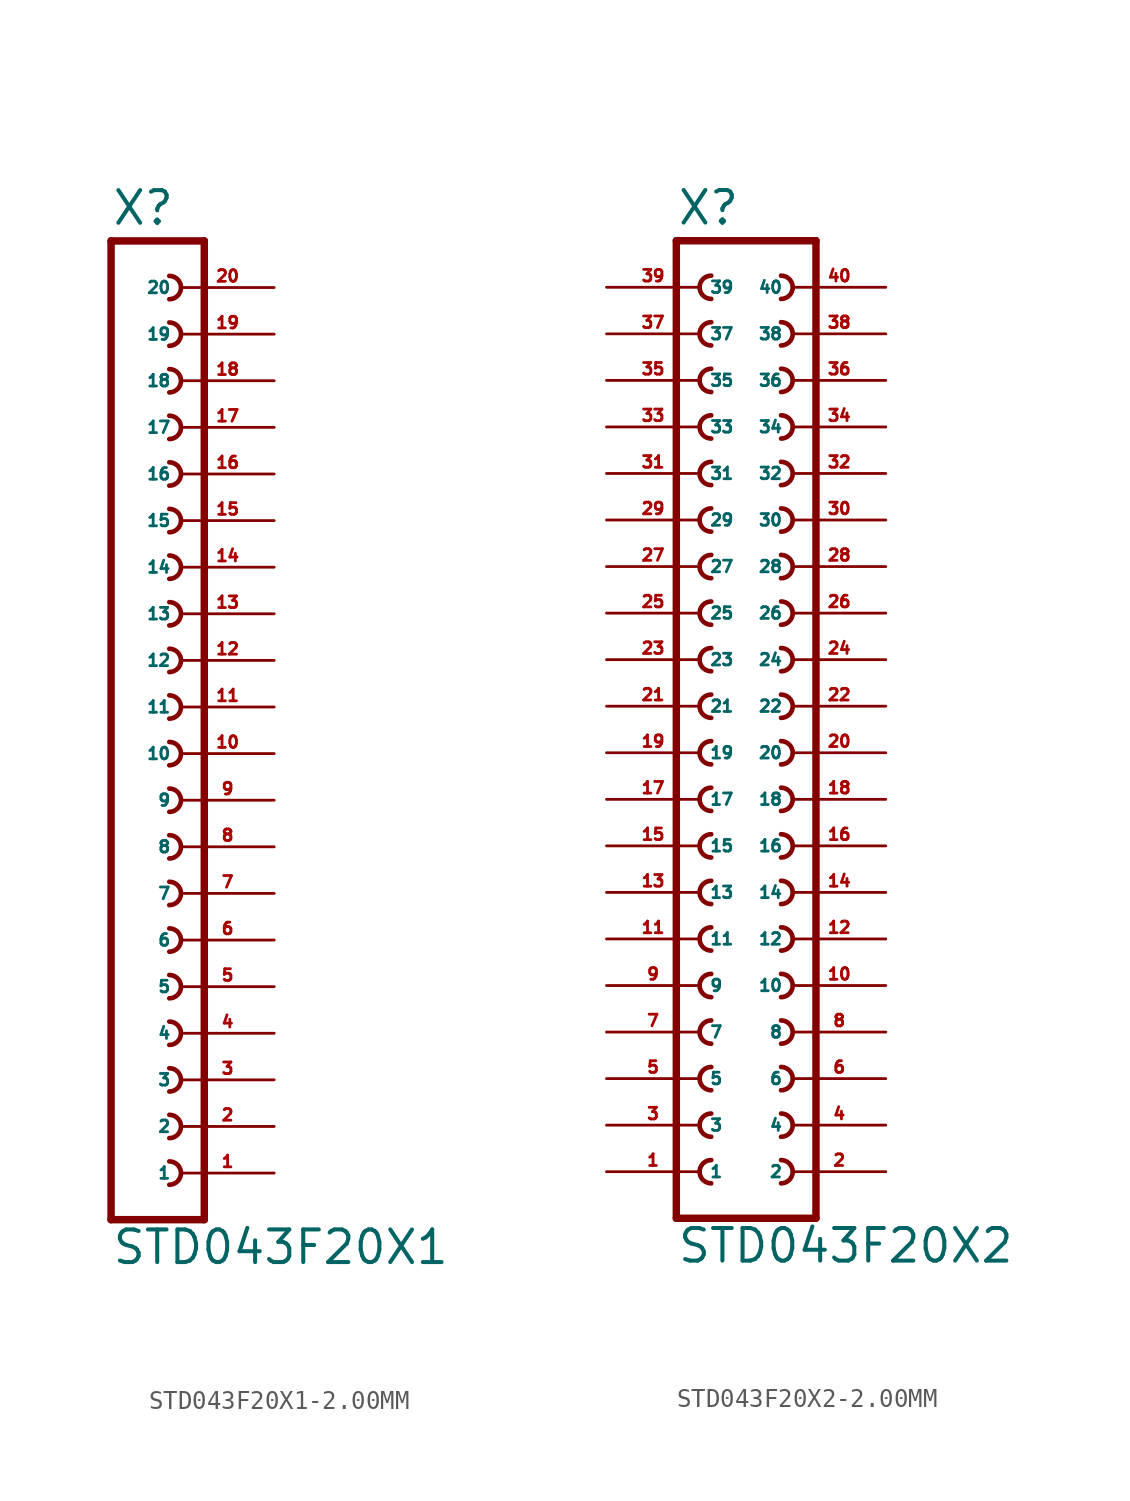
<source format=kicad_sym>
(kicad_symbol_lib
  (version 20220914)
  (generator Eagle2Kicad)
  (symbol "STD043F20X1-2.00MM"
    (property "Reference" "X"
      (at -1.27 26.162 0)
      (effects (font (size 1.778 1.778) (thickness 0.22)) (justify left bottom)))
    (property "Value" "STD043F20X1"
      (at -1.27 -30.48 0)
      (effects (font (size 1.778 1.778) (thickness 0.22)) (justify left bottom)))
    (polyline
      (pts (xy 3.81 -27.94) (xy -1.27 -27.94))
      (stroke (width 0.406) (type default))
      (fill (type none)))
    (arc
      (start 1.905 -20.955)
      (mid 2.540 -20.320)
      (end 1.905 -19.685)
      (stroke (width 0.254) (type default))
      (fill (type none)))
    (arc
      (start 1.905 -23.495)
      (mid 2.540 -22.860)
      (end 1.905 -22.225)
      (stroke (width 0.254) (type default))
      (fill (type none)))
    (arc
      (start 1.905 -26.035)
      (mid 2.540 -25.400)
      (end 1.905 -24.765)
      (stroke (width 0.254) (type default))
      (fill (type none)))
    (arc
      (start 1.905 -15.875)
      (mid 2.540 -15.240)
      (end 1.905 -14.605)
      (stroke (width 0.254) (type default))
      (fill (type none)))
    (arc
      (start 1.905 -18.415)
      (mid 2.540 -17.780)
      (end 1.905 -17.145)
      (stroke (width 0.254) (type default))
      (fill (type none)))
    (arc
      (start 1.905 -8.255)
      (mid 2.540 -7.620)
      (end 1.905 -6.985)
      (stroke (width 0.254) (type default))
      (fill (type none)))
    (arc
      (start 1.905 -10.795)
      (mid 2.540 -10.160)
      (end 1.905 -9.525)
      (stroke (width 0.254) (type default))
      (fill (type none)))
    (arc
      (start 1.905 -13.335)
      (mid 2.540 -12.700)
      (end 1.905 -12.065)
      (stroke (width 0.254) (type default))
      (fill (type none)))
    (arc
      (start 1.905 -3.175)
      (mid 2.540 -2.540)
      (end 1.905 -1.905)
      (stroke (width 0.254) (type default))
      (fill (type none)))
    (arc
      (start 1.905 -5.715)
      (mid 2.540 -5.080)
      (end 1.905 -4.445)
      (stroke (width 0.254) (type default))
      (fill (type none)))
    (arc
      (start 1.905 4.445)
      (mid 2.540 5.080)
      (end 1.905 5.715)
      (stroke (width 0.254) (type default))
      (fill (type none)))
    (arc
      (start 1.905 1.905)
      (mid 2.540 2.540)
      (end 1.905 3.175)
      (stroke (width 0.254) (type default))
      (fill (type none)))
    (arc
      (start 1.905 -0.635)
      (mid 2.540 0.000)
      (end 1.905 0.635)
      (stroke (width 0.254) (type default))
      (fill (type none)))
    (arc
      (start 1.905 9.525)
      (mid 2.540 10.160)
      (end 1.905 10.795)
      (stroke (width 0.254) (type default))
      (fill (type none)))
    (arc
      (start 1.905 6.985)
      (mid 2.540 7.620)
      (end 1.905 8.255)
      (stroke (width 0.254) (type default))
      (fill (type none)))
    (arc
      (start 1.905 17.145)
      (mid 2.540 17.780)
      (end 1.905 18.415)
      (stroke (width 0.254) (type default))
      (fill (type none)))
    (arc
      (start 1.905 14.605)
      (mid 2.540 15.240)
      (end 1.905 15.875)
      (stroke (width 0.254) (type default))
      (fill (type none)))
    (arc
      (start 1.905 12.065)
      (mid 2.540 12.700)
      (end 1.905 13.335)
      (stroke (width 0.254) (type default))
      (fill (type none)))
    (polyline
      (pts (xy -1.27 25.4) (xy -1.27 -27.94))
      (stroke (width 0.406) (type default))
      (fill (type none)))
    (polyline
      (pts (xy 3.81 -27.94) (xy 3.81 25.4))
      (stroke (width 0.406) (type default))
      (fill (type none)))
    (polyline
      (pts (xy -1.27 25.4) (xy 3.81 25.4))
      (stroke (width 0.406) (type default))
      (fill (type none)))
    (arc
      (start 1.905 22.225)
      (mid 2.540 22.860)
      (end 1.905 23.495)
      (stroke (width 0.254) (type default))
      (fill (type none)))
    (arc
      (start 1.905 19.685)
      (mid 2.540 20.320)
      (end 1.905 20.955)
      (stroke (width 0.254) (type default))
      (fill (type none)))
    (pin passive line
      (at 7.62 -25.4 180)
      (length 5.08)
      (name "1" (effects (font (size 0.635 0.635) (thickness 0.08)) (justify left bottom)))
      (number "1" (effects (font (size 0.635 0.635) (thickness 0.08)) (justify left bottom))))
    (pin passive line
      (at 7.62 -22.86 180)
      (length 5.08)
      (name "2" (effects (font (size 0.635 0.635) (thickness 0.08)) (justify left bottom)))
      (number "2" (effects (font (size 0.635 0.635) (thickness 0.08)) (justify left bottom))))
    (pin passive line
      (at 7.62 -20.32 180)
      (length 5.08)
      (name "3" (effects (font (size 0.635 0.635) (thickness 0.08)) (justify left bottom)))
      (number "3" (effects (font (size 0.635 0.635) (thickness 0.08)) (justify left bottom))))
    (pin passive line
      (at 7.62 -17.78 180)
      (length 5.08)
      (name "4" (effects (font (size 0.635 0.635) (thickness 0.08)) (justify left bottom)))
      (number "4" (effects (font (size 0.635 0.635) (thickness 0.08)) (justify left bottom))))
    (pin passive line
      (at 7.62 -15.24 180)
      (length 5.08)
      (name "5" (effects (font (size 0.635 0.635) (thickness 0.08)) (justify left bottom)))
      (number "5" (effects (font (size 0.635 0.635) (thickness 0.08)) (justify left bottom))))
    (pin passive line
      (at 7.62 -12.7 180)
      (length 5.08)
      (name "6" (effects (font (size 0.635 0.635) (thickness 0.08)) (justify left bottom)))
      (number "6" (effects (font (size 0.635 0.635) (thickness 0.08)) (justify left bottom))))
    (pin passive line
      (at 7.62 -10.16 180)
      (length 5.08)
      (name "7" (effects (font (size 0.635 0.635) (thickness 0.08)) (justify left bottom)))
      (number "7" (effects (font (size 0.635 0.635) (thickness 0.08)) (justify left bottom))))
    (pin passive line
      (at 7.62 -7.62 180)
      (length 5.08)
      (name "8" (effects (font (size 0.635 0.635) (thickness 0.08)) (justify left bottom)))
      (number "8" (effects (font (size 0.635 0.635) (thickness 0.08)) (justify left bottom))))
    (pin passive line
      (at 7.62 -5.08 180)
      (length 5.08)
      (name "9" (effects (font (size 0.635 0.635) (thickness 0.08)) (justify left bottom)))
      (number "9" (effects (font (size 0.635 0.635) (thickness 0.08)) (justify left bottom))))
    (pin passive line
      (at 7.62 -2.54 180)
      (length 5.08)
      (name "10" (effects (font (size 0.635 0.635) (thickness 0.08)) (justify left bottom)))
      (number "10" (effects (font (size 0.635 0.635) (thickness 0.08)) (justify left bottom))))
    (pin passive line
      (at 7.62 0 180)
      (length 5.08)
      (name "11" (effects (font (size 0.635 0.635) (thickness 0.08)) (justify left bottom)))
      (number "11" (effects (font (size 0.635 0.635) (thickness 0.08)) (justify left bottom))))
    (pin passive line
      (at 7.62 2.54 180)
      (length 5.08)
      (name "12" (effects (font (size 0.635 0.635) (thickness 0.08)) (justify left bottom)))
      (number "12" (effects (font (size 0.635 0.635) (thickness 0.08)) (justify left bottom))))
    (pin passive line
      (at 7.62 5.08 180)
      (length 5.08)
      (name "13" (effects (font (size 0.635 0.635) (thickness 0.08)) (justify left bottom)))
      (number "13" (effects (font (size 0.635 0.635) (thickness 0.08)) (justify left bottom))))
    (pin passive line
      (at 7.62 7.62 180)
      (length 5.08)
      (name "14" (effects (font (size 0.635 0.635) (thickness 0.08)) (justify left bottom)))
      (number "14" (effects (font (size 0.635 0.635) (thickness 0.08)) (justify left bottom))))
    (pin passive line
      (at 7.62 10.16 180)
      (length 5.08)
      (name "15" (effects (font (size 0.635 0.635) (thickness 0.08)) (justify left bottom)))
      (number "15" (effects (font (size 0.635 0.635) (thickness 0.08)) (justify left bottom))))
    (pin passive line
      (at 7.62 12.7 180)
      (length 5.08)
      (name "16" (effects (font (size 0.635 0.635) (thickness 0.08)) (justify left bottom)))
      (number "16" (effects (font (size 0.635 0.635) (thickness 0.08)) (justify left bottom))))
    (pin passive line
      (at 7.62 15.24 180)
      (length 5.08)
      (name "17" (effects (font (size 0.635 0.635) (thickness 0.08)) (justify left bottom)))
      (number "17" (effects (font (size 0.635 0.635) (thickness 0.08)) (justify left bottom))))
    (pin passive line
      (at 7.62 17.78 180)
      (length 5.08)
      (name "18" (effects (font (size 0.635 0.635) (thickness 0.08)) (justify left bottom)))
      (number "18" (effects (font (size 0.635 0.635) (thickness 0.08)) (justify left bottom))))
    (pin passive line
      (at 7.62 20.32 180)
      (length 5.08)
      (name "19" (effects (font (size 0.635 0.635) (thickness 0.08)) (justify left bottom)))
      (number "19" (effects (font (size 0.635 0.635) (thickness 0.08)) (justify left bottom))))
    (pin passive line
      (at 7.62 22.86 180)
      (length 5.08)
      (name "20" (effects (font (size 0.635 0.635) (thickness 0.08)) (justify left bottom)))
      (number "20" (effects (font (size 0.635 0.635) (thickness 0.08)) (justify left bottom)))))
  (symbol "STD043F20X2-2.00MM"
    (property "Reference" "X"
      (at -3.81 26.162 0)
      (effects (font (size 1.778 1.778) (thickness 0.22)) (justify left bottom)))
    (property "Value" "STD043F20X2"
      (at -3.81 -30.48 0)
      (effects (font (size 1.778 1.778) (thickness 0.22)) (justify left bottom)))
    (polyline
      (pts (xy 3.81 -27.94) (xy -3.81 -27.94))
      (stroke (width 0.406) (type default))
      (fill (type none)))
    (arc
      (start -1.905 -19.685)
      (mid -2.540 -20.320)
      (end -1.905 -20.955)
      (stroke (width 0.254) (type default))
      (fill (type none)))
    (arc
      (start -1.905 -22.225)
      (mid -2.540 -22.860)
      (end -1.905 -23.495)
      (stroke (width 0.254) (type default))
      (fill (type none)))
    (arc
      (start -1.905 -24.765)
      (mid -2.540 -25.400)
      (end -1.905 -26.035)
      (stroke (width 0.254) (type default))
      (fill (type none)))
    (arc
      (start 1.905 -20.955)
      (mid 2.540 -20.320)
      (end 1.905 -19.685)
      (stroke (width 0.254) (type default))
      (fill (type none)))
    (arc
      (start 1.905 -23.495)
      (mid 2.540 -22.860)
      (end 1.905 -22.225)
      (stroke (width 0.254) (type default))
      (fill (type none)))
    (arc
      (start 1.905 -26.035)
      (mid 2.540 -25.400)
      (end 1.905 -24.765)
      (stroke (width 0.254) (type default))
      (fill (type none)))
    (arc
      (start -1.905 -14.605)
      (mid -2.540 -15.240)
      (end -1.905 -15.875)
      (stroke (width 0.254) (type default))
      (fill (type none)))
    (arc
      (start -1.905 -17.145)
      (mid -2.540 -17.780)
      (end -1.905 -18.415)
      (stroke (width 0.254) (type default))
      (fill (type none)))
    (arc
      (start 1.905 -15.875)
      (mid 2.540 -15.240)
      (end 1.905 -14.605)
      (stroke (width 0.254) (type default))
      (fill (type none)))
    (arc
      (start 1.905 -18.415)
      (mid 2.540 -17.780)
      (end 1.905 -17.145)
      (stroke (width 0.254) (type default))
      (fill (type none)))
    (arc
      (start -1.905 -6.985)
      (mid -2.540 -7.620)
      (end -1.905 -8.255)
      (stroke (width 0.254) (type default))
      (fill (type none)))
    (arc
      (start -1.905 -9.525)
      (mid -2.540 -10.160)
      (end -1.905 -10.795)
      (stroke (width 0.254) (type default))
      (fill (type none)))
    (arc
      (start -1.905 -12.065)
      (mid -2.540 -12.700)
      (end -1.905 -13.335)
      (stroke (width 0.254) (type default))
      (fill (type none)))
    (arc
      (start 1.905 -8.255)
      (mid 2.540 -7.620)
      (end 1.905 -6.985)
      (stroke (width 0.254) (type default))
      (fill (type none)))
    (arc
      (start 1.905 -10.795)
      (mid 2.540 -10.160)
      (end 1.905 -9.525)
      (stroke (width 0.254) (type default))
      (fill (type none)))
    (arc
      (start 1.905 -13.335)
      (mid 2.540 -12.700)
      (end 1.905 -12.065)
      (stroke (width 0.254) (type default))
      (fill (type none)))
    (arc
      (start -1.905 -1.905)
      (mid -2.540 -2.540)
      (end -1.905 -3.175)
      (stroke (width 0.254) (type default))
      (fill (type none)))
    (arc
      (start -1.905 -4.445)
      (mid -2.540 -5.080)
      (end -1.905 -5.715)
      (stroke (width 0.254) (type default))
      (fill (type none)))
    (arc
      (start 1.905 -3.175)
      (mid 2.540 -2.540)
      (end 1.905 -1.905)
      (stroke (width 0.254) (type default))
      (fill (type none)))
    (arc
      (start 1.905 -5.715)
      (mid 2.540 -5.080)
      (end 1.905 -4.445)
      (stroke (width 0.254) (type default))
      (fill (type none)))
    (arc
      (start -1.905 5.715)
      (mid -2.540 5.080)
      (end -1.905 4.445)
      (stroke (width 0.254) (type default))
      (fill (type none)))
    (arc
      (start -1.905 3.175)
      (mid -2.540 2.540)
      (end -1.905 1.905)
      (stroke (width 0.254) (type default))
      (fill (type none)))
    (arc
      (start -1.905 0.635)
      (mid -2.540 0.000)
      (end -1.905 -0.635)
      (stroke (width 0.254) (type default))
      (fill (type none)))
    (arc
      (start 1.905 4.445)
      (mid 2.540 5.080)
      (end 1.905 5.715)
      (stroke (width 0.254) (type default))
      (fill (type none)))
    (arc
      (start 1.905 1.905)
      (mid 2.540 2.540)
      (end 1.905 3.175)
      (stroke (width 0.254) (type default))
      (fill (type none)))
    (arc
      (start 1.905 -0.635)
      (mid 2.540 0.000)
      (end 1.905 0.635)
      (stroke (width 0.254) (type default))
      (fill (type none)))
    (arc
      (start -1.905 10.795)
      (mid -2.540 10.160)
      (end -1.905 9.525)
      (stroke (width 0.254) (type default))
      (fill (type none)))
    (arc
      (start -1.905 8.255)
      (mid -2.540 7.620)
      (end -1.905 6.985)
      (stroke (width 0.254) (type default))
      (fill (type none)))
    (arc
      (start 1.905 9.525)
      (mid 2.540 10.160)
      (end 1.905 10.795)
      (stroke (width 0.254) (type default))
      (fill (type none)))
    (arc
      (start 1.905 6.985)
      (mid 2.540 7.620)
      (end 1.905 8.255)
      (stroke (width 0.254) (type default))
      (fill (type none)))
    (arc
      (start -1.905 15.875)
      (mid -2.540 15.240)
      (end -1.905 14.605)
      (stroke (width 0.254) (type default))
      (fill (type none)))
    (arc
      (start -1.905 13.335)
      (mid -2.540 12.700)
      (end -1.905 12.065)
      (stroke (width 0.254) (type default))
      (fill (type none)))
    (arc
      (start 1.905 14.605)
      (mid 2.540 15.240)
      (end 1.905 15.875)
      (stroke (width 0.254) (type default))
      (fill (type none)))
    (arc
      (start 1.905 12.065)
      (mid 2.540 12.700)
      (end 1.905 13.335)
      (stroke (width 0.254) (type default))
      (fill (type none)))
    (arc
      (start -1.905 23.495)
      (mid -2.540 22.860)
      (end -1.905 22.225)
      (stroke (width 0.254) (type default))
      (fill (type none)))
    (arc
      (start -1.905 20.955)
      (mid -2.540 20.320)
      (end -1.905 19.685)
      (stroke (width 0.254) (type default))
      (fill (type none)))
    (arc
      (start -1.905 18.415)
      (mid -2.540 17.780)
      (end -1.905 17.145)
      (stroke (width 0.254) (type default))
      (fill (type none)))
    (arc
      (start 1.905 22.225)
      (mid 2.540 22.860)
      (end 1.905 23.495)
      (stroke (width 0.254) (type default))
      (fill (type none)))
    (arc
      (start 1.905 19.685)
      (mid 2.540 20.320)
      (end 1.905 20.955)
      (stroke (width 0.254) (type default))
      (fill (type none)))
    (arc
      (start 1.905 17.145)
      (mid 2.540 17.780)
      (end 1.905 18.415)
      (stroke (width 0.254) (type default))
      (fill (type none)))
    (polyline
      (pts (xy -3.81 25.4) (xy -3.81 -27.94))
      (stroke (width 0.406) (type default))
      (fill (type none)))
    (polyline
      (pts (xy 3.81 -27.94) (xy 3.81 25.4))
      (stroke (width 0.406) (type default))
      (fill (type none)))
    (polyline
      (pts (xy -3.81 25.4) (xy 3.81 25.4))
      (stroke (width 0.406) (type default))
      (fill (type none)))
    (pin passive line
      (at -7.62 -25.4 0)
      (length 5.08)
      (name "1" (effects (font (size 0.635 0.635) (thickness 0.08)) (justify left bottom)))
      (number "1" (effects (font (size 0.635 0.635) (thickness 0.08)) (justify left bottom))))
    (pin passive line
      (at -7.62 -22.86 0)
      (length 5.08)
      (name "3" (effects (font (size 0.635 0.635) (thickness 0.08)) (justify left bottom)))
      (number "3" (effects (font (size 0.635 0.635) (thickness 0.08)) (justify left bottom))))
    (pin passive line
      (at -7.62 -20.32 0)
      (length 5.08)
      (name "5" (effects (font (size 0.635 0.635) (thickness 0.08)) (justify left bottom)))
      (number "5" (effects (font (size 0.635 0.635) (thickness 0.08)) (justify left bottom))))
    (pin passive line
      (at 7.62 -25.4 180)
      (length 5.08)
      (name "2" (effects (font (size 0.635 0.635) (thickness 0.08)) (justify left bottom)))
      (number "2" (effects (font (size 0.635 0.635) (thickness 0.08)) (justify left bottom))))
    (pin passive line
      (at 7.62 -22.86 180)
      (length 5.08)
      (name "4" (effects (font (size 0.635 0.635) (thickness 0.08)) (justify left bottom)))
      (number "4" (effects (font (size 0.635 0.635) (thickness 0.08)) (justify left bottom))))
    (pin passive line
      (at 7.62 -20.32 180)
      (length 5.08)
      (name "6" (effects (font (size 0.635 0.635) (thickness 0.08)) (justify left bottom)))
      (number "6" (effects (font (size 0.635 0.635) (thickness 0.08)) (justify left bottom))))
    (pin passive line
      (at -7.62 -17.78 0)
      (length 5.08)
      (name "7" (effects (font (size 0.635 0.635) (thickness 0.08)) (justify left bottom)))
      (number "7" (effects (font (size 0.635 0.635) (thickness 0.08)) (justify left bottom))))
    (pin passive line
      (at -7.62 -15.24 0)
      (length 5.08)
      (name "9" (effects (font (size 0.635 0.635) (thickness 0.08)) (justify left bottom)))
      (number "9" (effects (font (size 0.635 0.635) (thickness 0.08)) (justify left bottom))))
    (pin passive line
      (at 7.62 -17.78 180)
      (length 5.08)
      (name "8" (effects (font (size 0.635 0.635) (thickness 0.08)) (justify left bottom)))
      (number "8" (effects (font (size 0.635 0.635) (thickness 0.08)) (justify left bottom))))
    (pin passive line
      (at 7.62 -15.24 180)
      (length 5.08)
      (name "10" (effects (font (size 0.635 0.635) (thickness 0.08)) (justify left bottom)))
      (number "10" (effects (font (size 0.635 0.635) (thickness 0.08)) (justify left bottom))))
    (pin passive line
      (at -7.62 -12.7 0)
      (length 5.08)
      (name "11" (effects (font (size 0.635 0.635) (thickness 0.08)) (justify left bottom)))
      (number "11" (effects (font (size 0.635 0.635) (thickness 0.08)) (justify left bottom))))
    (pin passive line
      (at -7.62 -10.16 0)
      (length 5.08)
      (name "13" (effects (font (size 0.635 0.635) (thickness 0.08)) (justify left bottom)))
      (number "13" (effects (font (size 0.635 0.635) (thickness 0.08)) (justify left bottom))))
    (pin passive line
      (at -7.62 -7.62 0)
      (length 5.08)
      (name "15" (effects (font (size 0.635 0.635) (thickness 0.08)) (justify left bottom)))
      (number "15" (effects (font (size 0.635 0.635) (thickness 0.08)) (justify left bottom))))
    (pin passive line
      (at 7.62 -12.7 180)
      (length 5.08)
      (name "12" (effects (font (size 0.635 0.635) (thickness 0.08)) (justify left bottom)))
      (number "12" (effects (font (size 0.635 0.635) (thickness 0.08)) (justify left bottom))))
    (pin passive line
      (at 7.62 -10.16 180)
      (length 5.08)
      (name "14" (effects (font (size 0.635 0.635) (thickness 0.08)) (justify left bottom)))
      (number "14" (effects (font (size 0.635 0.635) (thickness 0.08)) (justify left bottom))))
    (pin passive line
      (at 7.62 -7.62 180)
      (length 5.08)
      (name "16" (effects (font (size 0.635 0.635) (thickness 0.08)) (justify left bottom)))
      (number "16" (effects (font (size 0.635 0.635) (thickness 0.08)) (justify left bottom))))
    (pin passive line
      (at -7.62 -5.08 0)
      (length 5.08)
      (name "17" (effects (font (size 0.635 0.635) (thickness 0.08)) (justify left bottom)))
      (number "17" (effects (font (size 0.635 0.635) (thickness 0.08)) (justify left bottom))))
    (pin passive line
      (at -7.62 -2.54 0)
      (length 5.08)
      (name "19" (effects (font (size 0.635 0.635) (thickness 0.08)) (justify left bottom)))
      (number "19" (effects (font (size 0.635 0.635) (thickness 0.08)) (justify left bottom))))
    (pin passive line
      (at 7.62 -5.08 180)
      (length 5.08)
      (name "18" (effects (font (size 0.635 0.635) (thickness 0.08)) (justify left bottom)))
      (number "18" (effects (font (size 0.635 0.635) (thickness 0.08)) (justify left bottom))))
    (pin passive line
      (at 7.62 -2.54 180)
      (length 5.08)
      (name "20" (effects (font (size 0.635 0.635) (thickness 0.08)) (justify left bottom)))
      (number "20" (effects (font (size 0.635 0.635) (thickness 0.08)) (justify left bottom))))
    (pin passive line
      (at -7.62 0 0)
      (length 5.08)
      (name "21" (effects (font (size 0.635 0.635) (thickness 0.08)) (justify left bottom)))
      (number "21" (effects (font (size 0.635 0.635) (thickness 0.08)) (justify left bottom))))
    (pin passive line
      (at -7.62 2.54 0)
      (length 5.08)
      (name "23" (effects (font (size 0.635 0.635) (thickness 0.08)) (justify left bottom)))
      (number "23" (effects (font (size 0.635 0.635) (thickness 0.08)) (justify left bottom))))
    (pin passive line
      (at -7.62 5.08 0)
      (length 5.08)
      (name "25" (effects (font (size 0.635 0.635) (thickness 0.08)) (justify left bottom)))
      (number "25" (effects (font (size 0.635 0.635) (thickness 0.08)) (justify left bottom))))
    (pin passive line
      (at 7.62 0 180)
      (length 5.08)
      (name "22" (effects (font (size 0.635 0.635) (thickness 0.08)) (justify left bottom)))
      (number "22" (effects (font (size 0.635 0.635) (thickness 0.08)) (justify left bottom))))
    (pin passive line
      (at 7.62 2.54 180)
      (length 5.08)
      (name "24" (effects (font (size 0.635 0.635) (thickness 0.08)) (justify left bottom)))
      (number "24" (effects (font (size 0.635 0.635) (thickness 0.08)) (justify left bottom))))
    (pin passive line
      (at 7.62 5.08 180)
      (length 5.08)
      (name "26" (effects (font (size 0.635 0.635) (thickness 0.08)) (justify left bottom)))
      (number "26" (effects (font (size 0.635 0.635) (thickness 0.08)) (justify left bottom))))
    (pin passive line
      (at -7.62 7.62 0)
      (length 5.08)
      (name "27" (effects (font (size 0.635 0.635) (thickness 0.08)) (justify left bottom)))
      (number "27" (effects (font (size 0.635 0.635) (thickness 0.08)) (justify left bottom))))
    (pin passive line
      (at -7.62 10.16 0)
      (length 5.08)
      (name "29" (effects (font (size 0.635 0.635) (thickness 0.08)) (justify left bottom)))
      (number "29" (effects (font (size 0.635 0.635) (thickness 0.08)) (justify left bottom))))
    (pin passive line
      (at 7.62 7.62 180)
      (length 5.08)
      (name "28" (effects (font (size 0.635 0.635) (thickness 0.08)) (justify left bottom)))
      (number "28" (effects (font (size 0.635 0.635) (thickness 0.08)) (justify left bottom))))
    (pin passive line
      (at 7.62 10.16 180)
      (length 5.08)
      (name "30" (effects (font (size 0.635 0.635) (thickness 0.08)) (justify left bottom)))
      (number "30" (effects (font (size 0.635 0.635) (thickness 0.08)) (justify left bottom))))
    (pin passive line
      (at -7.62 12.7 0)
      (length 5.08)
      (name "31" (effects (font (size 0.635 0.635) (thickness 0.08)) (justify left bottom)))
      (number "31" (effects (font (size 0.635 0.635) (thickness 0.08)) (justify left bottom))))
    (pin passive line
      (at -7.62 15.24 0)
      (length 5.08)
      (name "33" (effects (font (size 0.635 0.635) (thickness 0.08)) (justify left bottom)))
      (number "33" (effects (font (size 0.635 0.635) (thickness 0.08)) (justify left bottom))))
    (pin passive line
      (at 7.62 12.7 180)
      (length 5.08)
      (name "32" (effects (font (size 0.635 0.635) (thickness 0.08)) (justify left bottom)))
      (number "32" (effects (font (size 0.635 0.635) (thickness 0.08)) (justify left bottom))))
    (pin passive line
      (at 7.62 15.24 180)
      (length 5.08)
      (name "34" (effects (font (size 0.635 0.635) (thickness 0.08)) (justify left bottom)))
      (number "34" (effects (font (size 0.635 0.635) (thickness 0.08)) (justify left bottom))))
    (pin passive line
      (at -7.62 17.78 0)
      (length 5.08)
      (name "35" (effects (font (size 0.635 0.635) (thickness 0.08)) (justify left bottom)))
      (number "35" (effects (font (size 0.635 0.635) (thickness 0.08)) (justify left bottom))))
    (pin passive line
      (at -7.62 20.32 0)
      (length 5.08)
      (name "37" (effects (font (size 0.635 0.635) (thickness 0.08)) (justify left bottom)))
      (number "37" (effects (font (size 0.635 0.635) (thickness 0.08)) (justify left bottom))))
    (pin passive line
      (at -7.62 22.86 0)
      (length 5.08)
      (name "39" (effects (font (size 0.635 0.635) (thickness 0.08)) (justify left bottom)))
      (number "39" (effects (font (size 0.635 0.635) (thickness 0.08)) (justify left bottom))))
    (pin passive line
      (at 7.62 17.78 180)
      (length 5.08)
      (name "36" (effects (font (size 0.635 0.635) (thickness 0.08)) (justify left bottom)))
      (number "36" (effects (font (size 0.635 0.635) (thickness 0.08)) (justify left bottom))))
    (pin passive line
      (at 7.62 20.32 180)
      (length 5.08)
      (name "38" (effects (font (size 0.635 0.635) (thickness 0.08)) (justify left bottom)))
      (number "38" (effects (font (size 0.635 0.635) (thickness 0.08)) (justify left bottom))))
    (pin passive line
      (at 7.62 22.86 180)
      (length 5.08)
      (name "40" (effects (font (size 0.635 0.635) (thickness 0.08)) (justify left bottom)))
      (number "40" (effects (font (size 0.635 0.635) (thickness 0.08)) (justify left bottom))))))
</source>
